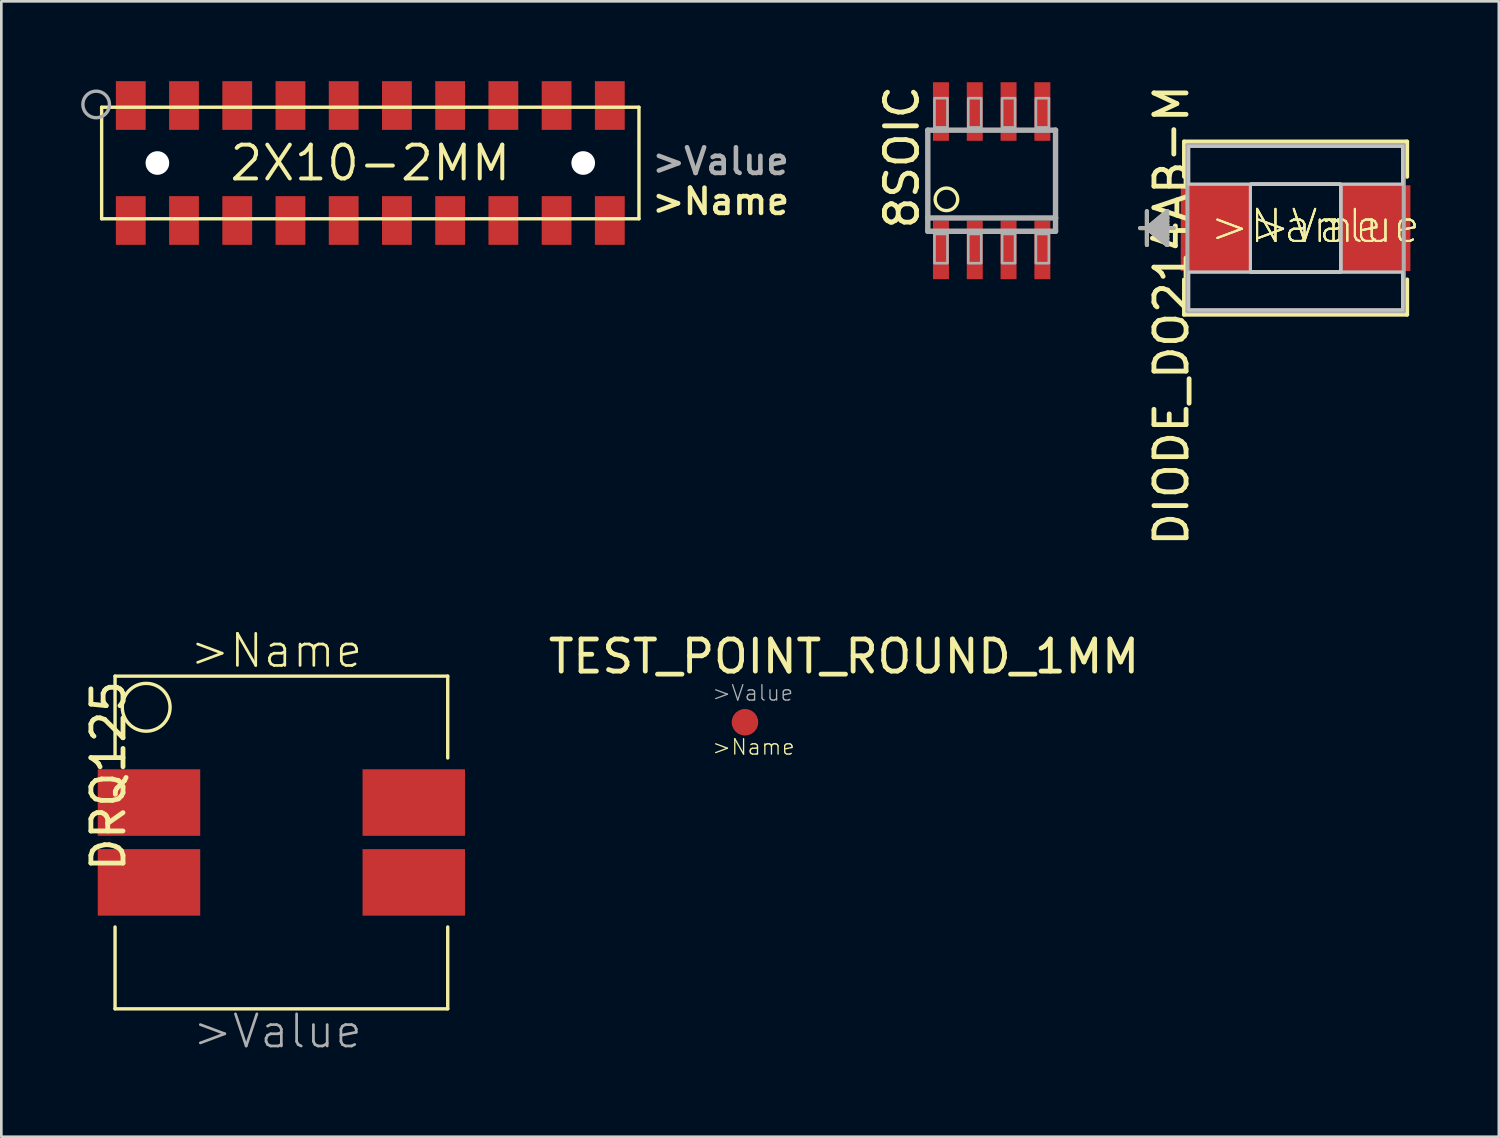
<source format=kicad_pcb>
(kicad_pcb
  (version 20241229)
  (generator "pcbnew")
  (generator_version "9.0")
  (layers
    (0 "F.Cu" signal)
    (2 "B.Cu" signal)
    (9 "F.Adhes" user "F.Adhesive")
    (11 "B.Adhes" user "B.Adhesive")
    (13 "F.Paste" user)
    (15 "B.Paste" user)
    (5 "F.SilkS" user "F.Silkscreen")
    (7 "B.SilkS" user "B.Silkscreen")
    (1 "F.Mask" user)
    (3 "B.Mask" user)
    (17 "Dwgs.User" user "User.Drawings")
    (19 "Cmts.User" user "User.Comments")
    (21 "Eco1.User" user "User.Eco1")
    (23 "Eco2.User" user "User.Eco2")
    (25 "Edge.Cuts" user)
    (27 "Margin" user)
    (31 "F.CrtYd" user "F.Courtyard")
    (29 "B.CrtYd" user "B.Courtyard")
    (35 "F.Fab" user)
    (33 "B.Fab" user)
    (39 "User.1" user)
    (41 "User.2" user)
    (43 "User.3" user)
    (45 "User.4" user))
  (footprint "DRQ125"
    (layer "F.Cu")
    (at 7.523 28.606)
    (property "Reference" "DRQ125" (at -6.5 -2.5 270) (layer "F.SilkS") (effects (font (size 1.206 1.206) (thickness 0.181))))
    (attr through_hole)
    (fp_line (start -6.25 -6.25) (end -6.25 -3.175) (stroke (width 0.127) (type solid)) (layer "F.SilkS"))
    (fp_line (start -6.25 -6.25) (end 6.25 -6.25) (stroke (width 0.127) (type solid)) (layer "F.SilkS"))
    (fp_line (start -6.25 6.25) (end -6.25 3.175) (stroke (width 0.127) (type solid)) (layer "F.SilkS"))
    (fp_line (start 6.25 -6.25) (end 6.25 -3.175) (stroke (width 0.127) (type solid)) (layer "F.SilkS"))
    (fp_line (start 6.25 6.25) (end -6.25 6.25) (stroke (width 0.127) (type solid)) (layer "F.SilkS"))
    (fp_line (start 6.25 6.25) (end 6.25 3.175) (stroke (width 0.127) (type solid)) (layer "F.SilkS"))
    (fp_circle (center -5.08 -5.08) (end -4.182 -5.08) (stroke (width 0.127) (type solid)) (fill no) (layer "F.SilkS"))
    (fp_text user ">Name" (at -3.5 -6.5 0) (layer "F.SilkS") (effects (font (size 1.206 1.206) (thickness 0.102)) (justify left bottom)))
    (fp_text user ">Value" (at -3.4 7.8 0) (layer "F.Fab") (effects (font (size 1.206 1.206) (thickness 0.102)) (justify left bottom)))
    (pad "1" smd rect (at -4.975 -1.5) (size 3.85 2.5) (layers "F.Cu" "F.Mask" "F.Paste"))
    (pad "2" smd rect (at -4.975 1.5) (size 3.85 2.5) (layers "F.Cu" "F.Mask" "F.Paste"))
    (pad "3" smd rect (at 4.975 1.5) (size 3.85 2.5) (layers "F.Cu" "F.Mask" "F.Paste"))
    (pad "4" smd rect (at 4.975 -1.5) (size 3.85 2.5) (layers "F.Cu" "F.Mask" "F.Paste")))
  (footprint "2X10-2MM"
    (layer "F.Cu")
    (at 10.864 3.075)
    (property "Reference" "2X10-2MM" (at 0 0 0) (layer "F.SilkS") (effects (font (size 1.27 1.27) (thickness 0.15))))
    (attr through_hole)
    (fp_line (start -10.095 -2.095) (end -10.095 2.095) (stroke (width 0.127) (type solid)) (layer "F.SilkS"))
    (fp_line (start -10.095 -2.095) (end 10.095 -2.095) (stroke (width 0.127) (type solid)) (layer "F.SilkS"))
    (fp_line (start -10.095 2.095) (end 10.095 2.095) (stroke (width 0.127) (type solid)) (layer "F.SilkS"))
    (fp_line (start 10.095 -2.095) (end 10.095 2.095) (stroke (width 0.127) (type solid)) (layer "F.SilkS"))
    (fp_circle (center -10.3 -2.2) (end -9.8 -2.2) (stroke (width 0.127) (type solid)) (fill no) (layer "F.Fab"))
    (fp_text user ">Name" (at 10.5 2 0) (layer "F.SilkS") (effects (font (size 0.95 0.95) (thickness 0.17)) (justify left bottom)))
    (fp_text user ">Value" (at 10.5 0.5 0) (layer "F.Fab") (effects (font (size 0.965 0.965) (thickness 0.173)) (justify left bottom)))
    (pad "" np_thru_hole circle (at -8 0) (size 0.89 0.89) (drill 0.89) (layers "*.Cu" "*.Mask"))
    (pad "" np_thru_hole circle (at 8 0) (size 0.89 0.89) (drill 0.89) (layers "*.Cu" "*.Mask"))
    (pad "1" smd rect (at -9 -2.16 90) (size 1.83 1.12) (layers "F.Cu" "F.Mask" "F.Paste"))
    (pad "2" smd rect (at -9 2.16 90) (size 1.83 1.12) (layers "F.Cu" "F.Mask" "F.Paste"))
    (pad "3" smd rect (at -7 -2.16 90) (size 1.83 1.12) (layers "F.Cu" "F.Mask" "F.Paste"))
    (pad "4" smd rect (at -7 2.16 90) (size 1.83 1.12) (layers "F.Cu" "F.Mask" "F.Paste"))
    (pad "5" smd rect (at -5 -2.16 90) (size 1.83 1.12) (layers "F.Cu" "F.Mask" "F.Paste"))
    (pad "6" smd rect (at -5 2.16 90) (size 1.83 1.12) (layers "F.Cu" "F.Mask" "F.Paste"))
    (pad "7" smd rect (at -3 -2.16 90) (size 1.83 1.12) (layers "F.Cu" "F.Mask" "F.Paste"))
    (pad "8" smd rect (at -3 2.16 90) (size 1.83 1.12) (layers "F.Cu" "F.Mask" "F.Paste"))
    (pad "9" smd rect (at -1 -2.16 90) (size 1.83 1.12) (layers "F.Cu" "F.Mask" "F.Paste"))
    (pad "10" smd rect (at -1 2.16 90) (size 1.83 1.12) (layers "F.Cu" "F.Mask" "F.Paste"))
    (pad "11" smd rect (at 1 -2.16 90) (size 1.83 1.12) (layers "F.Cu" "F.Mask" "F.Paste"))
    (pad "12" smd rect (at 1 2.16 90) (size 1.83 1.12) (layers "F.Cu" "F.Mask" "F.Paste"))
    (pad "13" smd rect (at 3 -2.16 90) (size 1.83 1.12) (layers "F.Cu" "F.Mask" "F.Paste"))
    (pad "14" smd rect (at 3 2.16 90) (size 1.83 1.12) (layers "F.Cu" "F.Mask" "F.Paste"))
    (pad "15" smd rect (at 5 -2.16 90) (size 1.83 1.12) (layers "F.Cu" "F.Mask" "F.Paste"))
    (pad "16" smd rect (at 5 2.16 90) (size 1.83 1.12) (layers "F.Cu" "F.Mask" "F.Paste"))
    (pad "17" smd rect (at 7 -2.16 90) (size 1.83 1.12) (layers "F.Cu" "F.Mask" "F.Paste"))
    (pad "18" smd rect (at 7 2.16 90) (size 1.83 1.12) (layers "F.Cu" "F.Mask" "F.Paste"))
    (pad "19" smd rect (at 9 -2.16 90) (size 1.83 1.12) (layers "F.Cu" "F.Mask" "F.Paste"))
    (pad "20" smd rect (at 9 2.16 90) (size 1.83 1.12) (layers "F.Cu" "F.Mask" "F.Paste")))
  (footprint "DIODE_DO214AB-M"
    (layer "F.Cu")
    (at 45.632 5.521)
    (property "Reference" "DIODE_DO214AB-M" (at -4.665 3.277 90) (layer "F.SilkS") (effects (font (size 1.206 1.206) (thickness 0.181))))
    (attr through_hole)
    (fp_line (start -5.588 -0.635) (end -5.588 0) (stroke (width 0.152) (type solid)) (layer "F.SilkS"))
    (fp_line (start -5.588 0) (end -5.842 0) (stroke (width 0.152) (type solid)) (layer "F.SilkS"))
    (fp_line (start -5.588 0) (end -5.588 0.635) (stroke (width 0.152) (type solid)) (layer "F.SilkS"))
    (fp_line (start -5.588 0) (end -4.826 -0.635) (stroke (width 0.152) (type solid)) (layer "F.SilkS"))
    (fp_line (start -5.588 0) (end -4.826 -0.508) (stroke (width 0.152) (type solid)) (layer "F.SilkS"))
    (fp_line (start -5.588 0) (end -4.826 -0.381) (stroke (width 0.152) (type solid)) (layer "F.SilkS"))
    (fp_line (start -5.588 0) (end -4.826 -0.254) (stroke (width 0.152) (type solid)) (layer "F.SilkS"))
    (fp_line (start -5.588 0) (end -4.826 -0.127) (stroke (width 0.152) (type solid)) (layer "F.SilkS"))
    (fp_line (start -5.588 0) (end -4.826 0.127) (stroke (width 0.152) (type solid)) (layer "F.SilkS"))
    (fp_line (start -5.588 0) (end -4.826 0.254) (stroke (width 0.152) (type solid)) (layer "F.SilkS"))
    (fp_line (start -5.588 0) (end -4.826 0.381) (stroke (width 0.152) (type solid)) (layer "F.SilkS"))
    (fp_line (start -5.588 0) (end -4.826 0.508) (stroke (width 0.152) (type solid)) (layer "F.SilkS"))
    (fp_line (start -5.588 0) (end -4.826 0.635) (stroke (width 0.152) (type solid)) (layer "F.SilkS"))
    (fp_line (start -4.826 -0.635) (end -4.826 -0.508) (stroke (width 0.152) (type solid)) (layer "F.SilkS"))
    (fp_line (start -4.826 -0.508) (end -4.826 -0.381) (stroke (width 0.152) (type solid)) (layer "F.SilkS"))
    (fp_line (start -4.826 -0.381) (end -4.826 -0.254) (stroke (width 0.152) (type solid)) (layer "F.SilkS"))
    (fp_line (start -4.826 -0.254) (end -4.826 -0.127) (stroke (width 0.152) (type solid)) (layer "F.SilkS"))
    (fp_line (start -4.826 -0.127) (end -4.826 0.127) (stroke (width 0.152) (type solid)) (layer "F.SilkS"))
    (fp_line (start -4.826 0.127) (end -4.826 0.254) (stroke (width 0.152) (type solid)) (layer "F.SilkS"))
    (fp_line (start -4.826 0.254) (end -4.826 0.381) (stroke (width 0.152) (type solid)) (layer "F.SilkS"))
    (fp_line (start -4.826 0.381) (end -4.826 0.508) (stroke (width 0.152) (type solid)) (layer "F.SilkS"))
    (fp_line (start -4.826 0.508) (end -4.826 0.635) (stroke (width 0.152) (type solid)) (layer "F.SilkS"))
    (fp_line (start -4.648 0) (end -5.588 0) (stroke (width 0.152) (type solid)) (layer "F.SilkS"))
    (fp_line (start -4.191 -3.251) (end -4.191 -1.93) (stroke (width 0.152) (type solid)) (layer "F.SilkS"))
    (fp_line (start -4.191 1.93) (end -4.191 3.251) (stroke (width 0.152) (type solid)) (layer "F.SilkS"))
    (fp_line (start -4.191 3.251) (end 4.191 3.251) (stroke (width 0.152) (type solid)) (layer "F.SilkS"))
    (fp_line (start 4.191 -3.251) (end -4.191 -3.251) (stroke (width 0.152) (type solid)) (layer "F.SilkS"))
    (fp_line (start 4.191 -1.93) (end 4.191 -3.251) (stroke (width 0.152) (type solid)) (layer "F.SilkS"))
    (fp_line (start 4.191 3.251) (end 4.191 1.93) (stroke (width 0.152) (type solid)) (layer "F.SilkS"))
    (fp_poly (pts (xy -4.013 -3.073) (xy 4.013 -3.073) (xy 4.013 -1.651) (xy -4.013 -1.651)) (stroke (width 0.1) (type solid)) (fill no) (layer "Dwgs.User"))
    (fp_poly (pts (xy -4.013 -3.073) (xy 4.013 -3.073) (xy 4.013 -1.651) (xy -4.013 -1.651)) (stroke (width 0.1) (type solid)) (fill no) (layer "Dwgs.User"))
    (fp_poly (pts (xy -4.013 -3.073) (xy 4.013 -3.073) (xy 4.013 -1.651) (xy -4.013 -1.651)) (stroke (width 0.1) (type solid)) (fill no) (layer "Dwgs.User"))
    (fp_poly (pts (xy -4.013 1.651) (xy 4.013 1.651) (xy 4.013 3.073) (xy -4.013 3.073)) (stroke (width 0.1) (type solid)) (fill no) (layer "Dwgs.User"))
    (fp_poly (pts (xy -4.013 1.651) (xy 4.013 1.651) (xy 4.013 3.073) (xy -4.013 3.073)) (stroke (width 0.1) (type solid)) (fill no) (layer "Dwgs.User"))
    (fp_poly (pts (xy -4.013 1.651) (xy 4.013 1.651) (xy 4.013 3.073) (xy -4.013 3.073)) (stroke (width 0.1) (type solid)) (fill no) (layer "Dwgs.User"))
    (fp_poly (pts (xy -1.702 -1.651) (xy 1.702 -1.651) (xy 1.702 1.651) (xy -1.702 1.651)) (stroke (width 0.1) (type solid)) (fill no) (layer "Dwgs.User"))
    (fp_poly (pts (xy -1.702 -1.651) (xy 1.702 -1.651) (xy 1.702 1.651) (xy -1.702 1.651)) (stroke (width 0.1) (type solid)) (fill no) (layer "Dwgs.User"))
    (fp_poly (pts (xy -1.702 -1.651) (xy 1.702 -1.651) (xy 1.702 1.651) (xy -1.702 1.651)) (stroke (width 0.1) (type solid)) (fill no) (layer "Dwgs.User"))
    (fp_poly (pts (xy -1.702 -1.651) (xy 1.702 -1.651) (xy 1.702 1.651) (xy -1.702 1.651)) (stroke (width 0.1) (type solid)) (fill no) (layer "Dwgs.User"))
    (fp_poly (pts (xy -1.702 -1.651) (xy 1.702 -1.651) (xy 1.702 1.651) (xy -1.702 1.651)) (stroke (width 0.1) (type solid)) (fill no) (layer "Dwgs.User"))
    (fp_poly (pts (xy -1.702 -1.651) (xy 1.702 -1.651) (xy 1.702 1.651) (xy -1.702 1.651)) (stroke (width 0.1) (type solid)) (fill no) (layer "Dwgs.User"))
    (fp_poly (pts (xy -1.689 -1.651) (xy 1.689 -1.651) (xy 1.689 1.651) (xy -1.689 1.651)) (stroke (width 0.1) (type solid)) (fill no) (layer "Dwgs.User"))
    (fp_poly (pts (xy -1.689 -1.651) (xy 1.689 -1.651) (xy 1.689 1.651) (xy -1.689 1.651)) (stroke (width 0.1) (type solid)) (fill no) (layer "Dwgs.User"))
    (fp_poly (pts (xy -1.689 -1.651) (xy 1.689 -1.651) (xy 1.689 1.651) (xy -1.689 1.651)) (stroke (width 0.1) (type solid)) (fill no) (layer "Dwgs.User"))
    (fp_line (start -5.588 -0.635) (end -5.588 0) (stroke (width 0.152) (type solid)) (layer "F.Fab"))
    (fp_line (start -5.588 0) (end -5.842 0) (stroke (width 0.152) (type solid)) (layer "F.Fab"))
    (fp_line (start -5.588 0) (end -5.588 0.635) (stroke (width 0.152) (type solid)) (layer "F.Fab"))
    (fp_line (start -5.588 0) (end -4.826 -0.635) (stroke (width 0.152) (type solid)) (layer "F.Fab"))
    (fp_line (start -5.588 0) (end -4.826 -0.508) (stroke (width 0.152) (type solid)) (layer "F.Fab"))
    (fp_line (start -5.588 0) (end -4.826 -0.381) (stroke (width 0.152) (type solid)) (layer "F.Fab"))
    (fp_line (start -5.588 0) (end -4.826 -0.254) (stroke (width 0.152) (type solid)) (layer "F.Fab"))
    (fp_line (start -5.588 0) (end -4.826 -0.127) (stroke (width 0.152) (type solid)) (layer "F.Fab"))
    (fp_line (start -5.588 0) (end -4.826 0.127) (stroke (width 0.152) (type solid)) (layer "F.Fab"))
    (fp_line (start -5.588 0) (end -4.826 0.254) (stroke (width 0.152) (type solid)) (layer "F.Fab"))
    (fp_line (start -5.588 0) (end -4.826 0.381) (stroke (width 0.152) (type solid)) (layer "F.Fab"))
    (fp_line (start -5.588 0) (end -4.826 0.508) (stroke (width 0.152) (type solid)) (layer "F.Fab"))
    (fp_line (start -5.588 0) (end -4.826 0.635) (stroke (width 0.152) (type solid)) (layer "F.Fab"))
    (fp_line (start -4.826 -0.635) (end -4.826 -0.508) (stroke (width 0.152) (type solid)) (layer "F.Fab"))
    (fp_line (start -4.826 -0.508) (end -4.826 -0.381) (stroke (width 0.152) (type solid)) (layer "F.Fab"))
    (fp_line (start -4.826 -0.381) (end -4.826 -0.254) (stroke (width 0.152) (type solid)) (layer "F.Fab"))
    (fp_line (start -4.826 -0.254) (end -4.826 -0.127) (stroke (width 0.152) (type solid)) (layer "F.Fab"))
    (fp_line (start -4.826 -0.127) (end -4.826 0.127) (stroke (width 0.152) (type solid)) (layer "F.Fab"))
    (fp_line (start -4.826 0.127) (end -4.826 0.254) (stroke (width 0.152) (type solid)) (layer "F.Fab"))
    (fp_line (start -4.826 0.254) (end -4.826 0.381) (stroke (width 0.152) (type solid)) (layer "F.Fab"))
    (fp_line (start -4.826 0.381) (end -4.826 0.508) (stroke (width 0.152) (type solid)) (layer "F.Fab"))
    (fp_line (start -4.826 0.508) (end -4.826 0.635) (stroke (width 0.152) (type solid)) (layer "F.Fab"))
    (fp_line (start -4.572 0) (end -5.588 0) (stroke (width 0.152) (type solid)) (layer "F.Fab"))
    (fp_line (start -4.064 -3.124) (end -4.064 3.124) (stroke (width 0.152) (type solid)) (layer "F.Fab"))
    (fp_line (start -4.064 3.124) (end 4.064 3.124) (stroke (width 0.152) (type solid)) (layer "F.Fab"))
    (fp_line (start 4.064 -3.124) (end -4.064 -3.124) (stroke (width 0.152) (type solid)) (layer "F.Fab"))
    (fp_line (start 4.064 3.124) (end 4.064 -3.124) (stroke (width 0.152) (type solid)) (layer "F.Fab"))
    (fp_text user ">Value" (at -1.727 0.635 0) (layer "F.SilkS") (effects (font (size 1.206 1.206) (thickness 0.076)) (justify left bottom)))
    (fp_text user ">Name" (at -3.277 0.635 0) (layer "F.SilkS") (effects (font (size 1.206 1.206) (thickness 0.076)) (justify left bottom)))
    (fp_text user ">Name" (at -3.277 0.635 0) (layer "F.SilkS") (effects (font (size 1.206 1.206) (thickness 0.076)) (justify left bottom)))
    (fp_text user ">Name" (at -3.277 0.635 0) (layer "F.SilkS") (effects (font (size 1.206 1.206) (thickness 0.076)) (justify left bottom)))
    (fp_text user ">Value" (at -1.727 0.635 0) (layer "F.SilkS") (effects (font (size 1.206 1.206) (thickness 0.076)) (justify left bottom)))
    (fp_text user ">Value" (at -1.727 0.635 0) (layer "F.SilkS") (effects (font (size 1.206 1.206) (thickness 0.076)) (justify left bottom)))
    (pad "1" smd rect (at -3.027 0 90) (size 3.22 2.574) (layers "F.Cu" "F.Mask" "F.Paste"))
    (pad "2" smd rect (at 3.027 0 90) (size 3.22 2.574) (layers "F.Cu" "F.Mask" "F.Paste")))
  (footprint "TEST_POINT_ROUND_1MM"
    (layer "F.Cu")
    (at 24.942 24.088)
    (property "Reference" "TEST_POINT_ROUND_1MM" (at 3.72 -2.47 0) (layer "F.SilkS") (effects (font (size 1.206 1.206) (thickness 0.181))))
    (attr through_hole)
    (fp_text user ">Name" (at -1.27 1.27 0) (layer "F.SilkS") (effects (font (size 0.579 0.579) (thickness 0.049)) (justify left bottom)))
    (fp_text user ">Value" (at -1.27 -0.76 0) (layer "F.Fab") (effects (font (size 0.579 0.579) (thickness 0.049)) (justify left bottom)))
    (pad "1" smd roundrect (at 0 0) (size 1 1) (layers "F.Cu" "F.Mask" "F.Paste") (roundrect_rratio 0.5)))
  (footprint "8SOIC"
    (layer "F.Cu")
    (at 34.212 3.74)
    (property "Reference" "8SOIC" (at -2.667 1.905 270) (layer "F.SilkS") (effects (font (size 1.206 1.206) (thickness 0.181)) (justify left bottom)))
    (attr through_hole)
    (fp_circle (center -1.7 0.7) (end -1.276 0.7) (stroke (width 0.127) (type solid)) (fill no) (layer "F.SilkS"))
    (fp_line (start -2.4 -1.9) (end 2.4 -1.9) (stroke (width 0.203) (type solid)) (layer "F.Fab"))
    (fp_line (start -2.4 1.4) (end -2.4 -1.9) (stroke (width 0.203) (type solid)) (layer "F.Fab"))
    (fp_line (start -2.4 1.9) (end -2.4 1.4) (stroke (width 0.203) (type solid)) (layer "F.Fab"))
    (fp_line (start 2.4 -1.9) (end 2.4 1.4) (stroke (width 0.203) (type solid)) (layer "F.Fab"))
    (fp_line (start 2.4 1.4) (end -2.4 1.4) (stroke (width 0.203) (type solid)) (layer "F.Fab"))
    (fp_line (start 2.4 1.4) (end 2.4 1.9) (stroke (width 0.203) (type solid)) (layer "F.Fab"))
    (fp_line (start 2.4 1.9) (end -2.4 1.9) (stroke (width 0.203) (type solid)) (layer "F.Fab"))
    (fp_poly (pts (xy -2.15 -2) (xy -1.66 -2) (xy -1.66 -3.1) (xy -2.15 -3.1)) (stroke (width 0.1) (type solid)) (fill no) (layer "F.Fab"))
    (fp_poly (pts (xy -2.15 3.1) (xy -1.66 3.1) (xy -1.66 2) (xy -2.15 2)) (stroke (width 0.1) (type solid)) (fill no) (layer "F.Fab"))
    (fp_poly (pts (xy -0.88 -2) (xy -0.39 -2) (xy -0.39 -3.1) (xy -0.88 -3.1)) (stroke (width 0.1) (type solid)) (fill no) (layer "F.Fab"))
    (fp_poly (pts (xy -0.88 3.1) (xy -0.39 3.1) (xy -0.39 2) (xy -0.88 2)) (stroke (width 0.1) (type solid)) (fill no) (layer "F.Fab"))
    (fp_poly (pts (xy 0.39 -2) (xy 0.88 -2) (xy 0.88 -3.1) (xy 0.39 -3.1)) (stroke (width 0.1) (type solid)) (fill no) (layer "F.Fab"))
    (fp_poly (pts (xy 0.39 3.1) (xy 0.88 3.1) (xy 0.88 2) (xy 0.39 2)) (stroke (width 0.1) (type solid)) (fill no) (layer "F.Fab"))
    (fp_poly (pts (xy 1.66 -2) (xy 2.15 -2) (xy 2.15 -3.1) (xy 1.66 -3.1)) (stroke (width 0.1) (type solid)) (fill no) (layer "F.Fab"))
    (fp_poly (pts (xy 1.66 3.1) (xy 2.15 3.1) (xy 2.15 2) (xy 1.66 2)) (stroke (width 0.1) (type solid)) (fill no) (layer "F.Fab"))
    (pad "1" smd rect (at -1.905 2.6) (size 0.6 2.2) (layers "F.Cu" "F.Mask" "F.Paste"))
    (pad "2" smd rect (at -0.635 2.6) (size 0.6 2.2) (layers "F.Cu" "F.Mask" "F.Paste"))
    (pad "3" smd rect (at 0.635 2.6) (size 0.6 2.2) (layers "F.Cu" "F.Mask" "F.Paste"))
    (pad "4" smd rect (at 1.905 2.6) (size 0.6 2.2) (layers "F.Cu" "F.Mask" "F.Paste"))
    (pad "5" smd rect (at 1.905 -2.6) (size 0.6 2.2) (layers "F.Cu" "F.Mask" "F.Paste"))
    (pad "6" smd rect (at 0.635 -2.6) (size 0.6 2.2) (layers "F.Cu" "F.Mask" "F.Paste"))
    (pad "7" smd rect (at -0.635 -2.6) (size 0.6 2.2) (layers "F.Cu" "F.Mask" "F.Paste"))
    (pad "8" smd rect (at -1.905 -2.6) (size 0.6 2.2) (layers "F.Cu" "F.Mask" "F.Paste")))
  (gr_rect
    (start -3 -3)
    (end 53.269 39.663)
    (stroke (width 0.1) (type default))
    (fill no)
    (layer "Edge.Cuts")))
</source>
